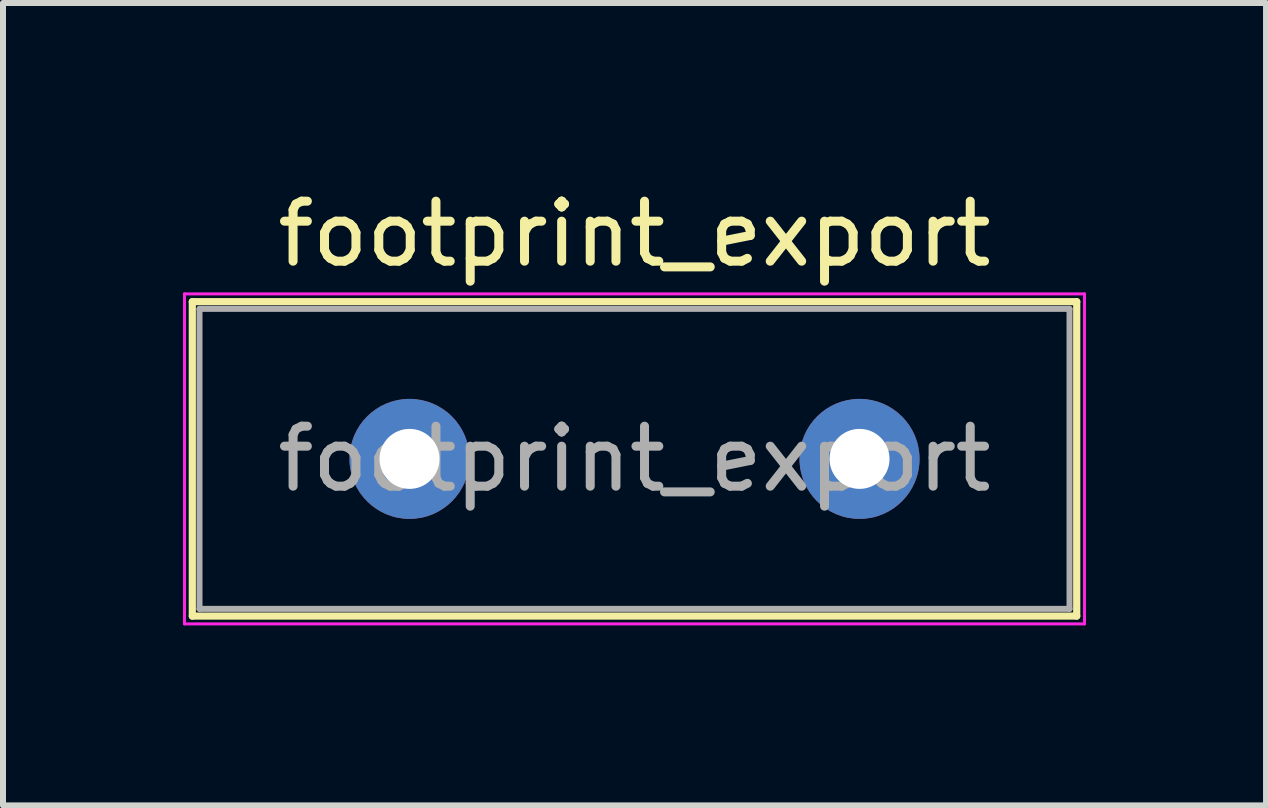
<source format=kicad_pcb>
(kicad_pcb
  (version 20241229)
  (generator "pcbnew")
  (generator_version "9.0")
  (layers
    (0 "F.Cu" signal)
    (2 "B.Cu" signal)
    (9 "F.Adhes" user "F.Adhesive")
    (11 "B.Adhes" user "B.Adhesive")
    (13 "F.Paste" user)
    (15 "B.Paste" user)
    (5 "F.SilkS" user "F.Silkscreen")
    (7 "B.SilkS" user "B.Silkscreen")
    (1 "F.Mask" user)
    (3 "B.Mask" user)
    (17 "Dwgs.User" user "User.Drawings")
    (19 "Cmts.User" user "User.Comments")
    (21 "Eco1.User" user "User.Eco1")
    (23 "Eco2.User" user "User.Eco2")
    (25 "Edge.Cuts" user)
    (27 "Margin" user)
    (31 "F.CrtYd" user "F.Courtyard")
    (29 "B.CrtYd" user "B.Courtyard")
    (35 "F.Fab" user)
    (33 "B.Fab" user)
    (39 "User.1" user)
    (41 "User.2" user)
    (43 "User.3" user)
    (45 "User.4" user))
  (footprint "footprint_export"
    (layer "F.Cu")
    (at 3.775 4.598)
    (property "Reference" "footprint_export" (at 3.75 -3.75 0) (layer "F.SilkS") (effects (font (size 1 1) (thickness 0.15))))
    (attr through_hole)
    (fp_line (start -3.62 -2.62) (end -3.62 2.62) (stroke (width 0.12) (type solid)) (layer "F.SilkS"))
    (fp_line (start -3.62 -2.62) (end 11.12 -2.62) (stroke (width 0.12) (type solid)) (layer "F.SilkS"))
    (fp_line (start -3.62 2.62) (end 11.12 2.62) (stroke (width 0.12) (type solid)) (layer "F.SilkS"))
    (fp_line (start 11.12 -2.62) (end 11.12 2.62) (stroke (width 0.12) (type solid)) (layer "F.SilkS"))
    (fp_line (start -3.75 -2.75) (end -3.75 2.75) (stroke (width 0.05) (type solid)) (layer "F.CrtYd"))
    (fp_line (start -3.75 2.75) (end 11.25 2.75) (stroke (width 0.05) (type solid)) (layer "F.CrtYd"))
    (fp_line (start 11.25 -2.75) (end -3.75 -2.75) (stroke (width 0.05) (type solid)) (layer "F.CrtYd"))
    (fp_line (start 11.25 2.75) (end 11.25 -2.75) (stroke (width 0.05) (type solid)) (layer "F.CrtYd"))
    (fp_line (start -3.5 -2.5) (end -3.5 2.5) (stroke (width 0.1) (type solid)) (layer "F.Fab"))
    (fp_line (start -3.5 2.5) (end 11 2.5) (stroke (width 0.1) (type solid)) (layer "F.Fab"))
    (fp_line (start 11 -2.5) (end -3.5 -2.5) (stroke (width 0.1) (type solid)) (layer "F.Fab"))
    (fp_line (start 11 2.5) (end 11 -2.5) (stroke (width 0.1) (type solid)) (layer "F.Fab"))
    (fp_text user "${REFERENCE}" (at 3.75 0 0) (layer "F.Fab") (effects (font (size 1 1) (thickness 0.15))))
    (pad "1" thru_hole circle (at 0 0) (size 2 2) (drill 1) (layers "*.Cu" "*.Mask"))
    (pad "2" thru_hole circle (at 7.5 0) (size 2 2) (drill 1) (layers "*.Cu" "*.Mask")))
  (gr_rect
    (start -3 -3)
    (end 18.05 10.373)
    (stroke (width 0.1) (type default))
    (fill no)
    (layer "Edge.Cuts")))
</source>
